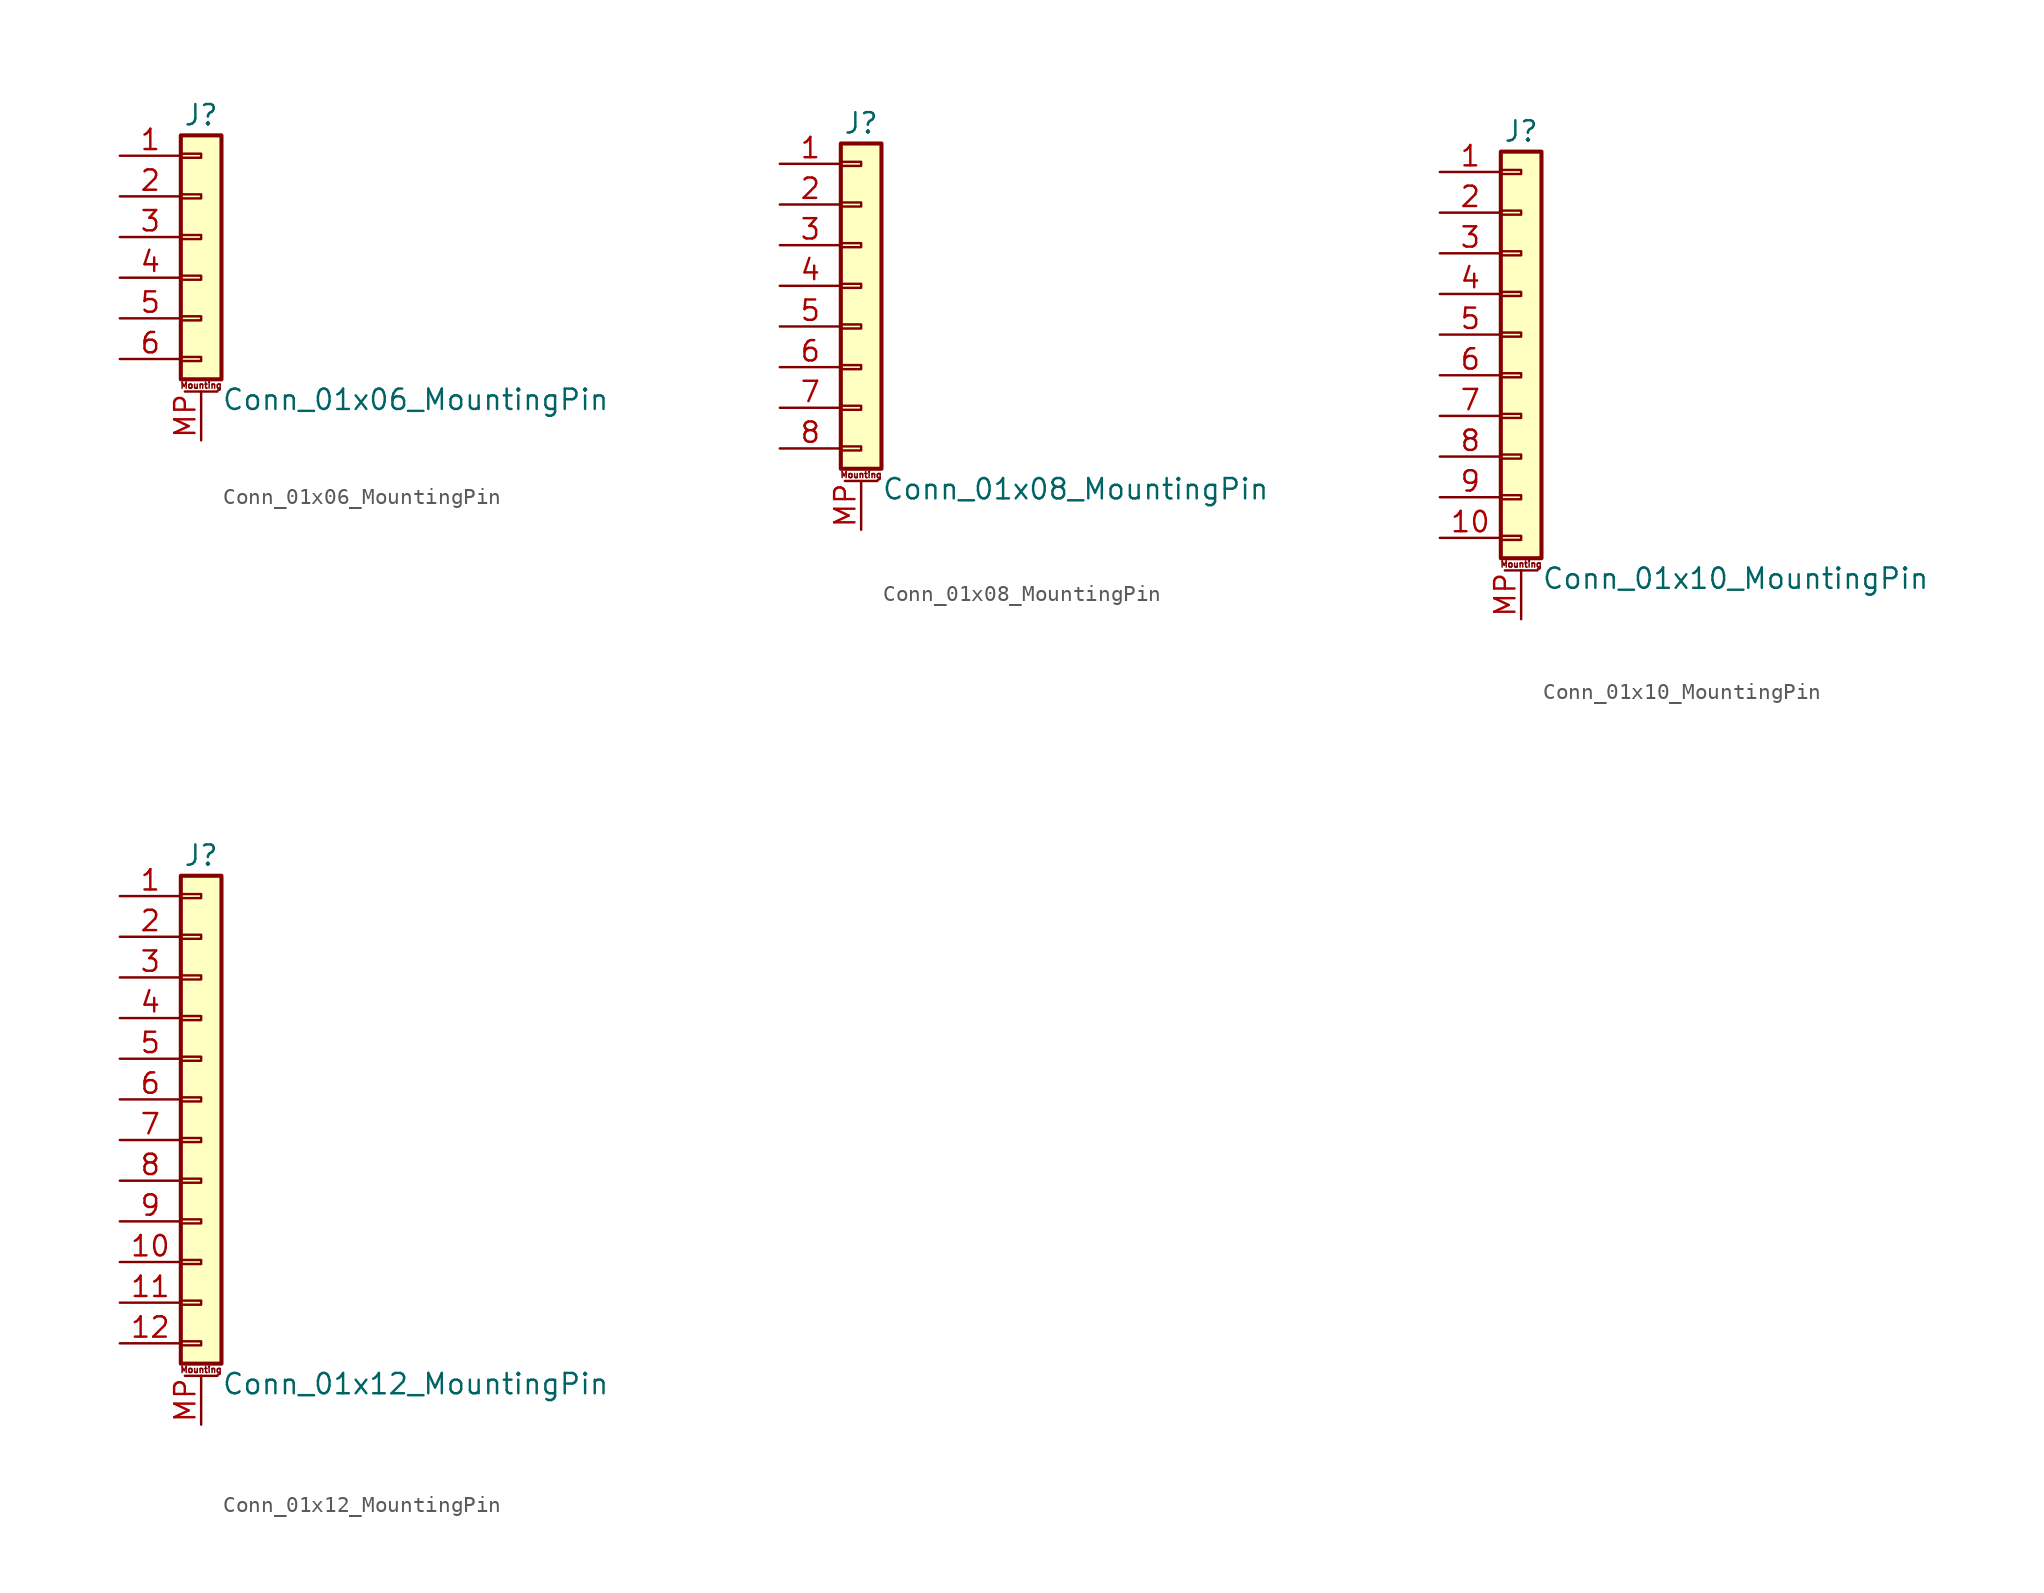
<source format=kicad_sym>
(kicad_symbol_lib
  (version 20220914)
  (generator kicad_symbol_editor)
  (symbol "Conn_01x06_MountingPin"
    (pin_names
      (offset 1.016) hide)
    (property "Reference" "J"
      (at 0 7.62 0)
      (effects (font (size 1.27 1.27))))
    (property "Value" "Conn_01x06_MountingPin"
      (at 1.27 -10.16 0)
      (effects (font (size 1.27 1.27)) (justify left)))
    (symbol "Conn_01x06_MountingPin_1_1"
      (rectangle (start -1.27 -7.493) (end 0 -7.747) (stroke (width 0.152) (type default)) (fill (type none)))
      (rectangle (start -1.27 -4.953) (end 0 -5.207) (stroke (width 0.152) (type default)) (fill (type none)))
      (rectangle (start -1.27 -2.413) (end 0 -2.667) (stroke (width 0.152) (type default)) (fill (type none)))
      (rectangle (start -1.27 0.127) (end 0 -0.127) (stroke (width 0.152) (type default)) (fill (type none)))
      (rectangle (start -1.27 2.667) (end 0 2.413) (stroke (width 0.152) (type default)) (fill (type none)))
      (rectangle (start -1.27 5.207) (end 0 4.953) (stroke (width 0.152) (type default)) (fill (type none)))
      (rectangle (start -1.27 6.35) (end 1.27 -8.89) (stroke (width 0.254) (type default)) (fill (type background)))
      (polyline (pts (xy -1.016 -9.652) (xy 1.016 -9.652)) (stroke (width 0.152) (type default)) (fill (type none)))
      (text "Mounting" (at 0 -9.271 0) (effects (font (size 0.381 0.381))))
      (pin passive line (at -5.08 5.08 0) (length 3.81) (name "Pin_1" (effects (font (size 1.27 1.27)))) (number "1" (effects (font (size 1.27 1.27)))))
      (pin passive line (at -5.08 2.54 0) (length 3.81) (name "Pin_2" (effects (font (size 1.27 1.27)))) (number "2" (effects (font (size 1.27 1.27)))))
      (pin passive line (at -5.08 0 0) (length 3.81) (name "Pin_3" (effects (font (size 1.27 1.27)))) (number "3" (effects (font (size 1.27 1.27)))))
      (pin passive line (at -5.08 -2.54 0) (length 3.81) (name "Pin_4" (effects (font (size 1.27 1.27)))) (number "4" (effects (font (size 1.27 1.27)))))
      (pin passive line (at -5.08 -5.08 0) (length 3.81) (name "Pin_5" (effects (font (size 1.27 1.27)))) (number "5" (effects (font (size 1.27 1.27)))))
      (pin passive line (at -5.08 -7.62 0) (length 3.81) (name "Pin_6" (effects (font (size 1.27 1.27)))) (number "6" (effects (font (size 1.27 1.27)))))
      (pin passive line (at 0 -12.7 90) (length 3.048) (name "MountPin" (effects (font (size 1.27 1.27)))) (number "MP" (effects (font (size 1.27 1.27)))))))
  (symbol "Conn_01x08_MountingPin"
    (pin_names
      (offset 1.016) hide)
    (property "Reference" "J"
      (at 0 10.16 0)
      (effects (font (size 1.27 1.27))))
    (property "Value" "Conn_01x08_MountingPin"
      (at 1.27 -12.7 0)
      (effects (font (size 1.27 1.27)) (justify left)))
    (symbol "Conn_01x08_MountingPin_1_1"
      (rectangle (start -1.27 -10.033) (end 0 -10.287) (stroke (width 0.152) (type default)) (fill (type none)))
      (rectangle (start -1.27 -7.493) (end 0 -7.747) (stroke (width 0.152) (type default)) (fill (type none)))
      (rectangle (start -1.27 -4.953) (end 0 -5.207) (stroke (width 0.152) (type default)) (fill (type none)))
      (rectangle (start -1.27 -2.413) (end 0 -2.667) (stroke (width 0.152) (type default)) (fill (type none)))
      (rectangle (start -1.27 0.127) (end 0 -0.127) (stroke (width 0.152) (type default)) (fill (type none)))
      (rectangle (start -1.27 2.667) (end 0 2.413) (stroke (width 0.152) (type default)) (fill (type none)))
      (rectangle (start -1.27 5.207) (end 0 4.953) (stroke (width 0.152) (type default)) (fill (type none)))
      (rectangle (start -1.27 7.747) (end 0 7.493) (stroke (width 0.152) (type default)) (fill (type none)))
      (rectangle (start -1.27 8.89) (end 1.27 -11.43) (stroke (width 0.254) (type default)) (fill (type background)))
      (polyline (pts (xy -1.016 -12.192) (xy 1.016 -12.192)) (stroke (width 0.152) (type default)) (fill (type none)))
      (text "Mounting" (at 0 -11.811 0) (effects (font (size 0.381 0.381))))
      (pin passive line (at -5.08 7.62 0) (length 3.81) (name "Pin_1" (effects (font (size 1.27 1.27)))) (number "1" (effects (font (size 1.27 1.27)))))
      (pin passive line (at -5.08 5.08 0) (length 3.81) (name "Pin_2" (effects (font (size 1.27 1.27)))) (number "2" (effects (font (size 1.27 1.27)))))
      (pin passive line (at -5.08 2.54 0) (length 3.81) (name "Pin_3" (effects (font (size 1.27 1.27)))) (number "3" (effects (font (size 1.27 1.27)))))
      (pin passive line (at -5.08 0 0) (length 3.81) (name "Pin_4" (effects (font (size 1.27 1.27)))) (number "4" (effects (font (size 1.27 1.27)))))
      (pin passive line (at -5.08 -2.54 0) (length 3.81) (name "Pin_5" (effects (font (size 1.27 1.27)))) (number "5" (effects (font (size 1.27 1.27)))))
      (pin passive line (at -5.08 -5.08 0) (length 3.81) (name "Pin_6" (effects (font (size 1.27 1.27)))) (number "6" (effects (font (size 1.27 1.27)))))
      (pin passive line (at -5.08 -7.62 0) (length 3.81) (name "Pin_7" (effects (font (size 1.27 1.27)))) (number "7" (effects (font (size 1.27 1.27)))))
      (pin passive line (at -5.08 -10.16 0) (length 3.81) (name "Pin_8" (effects (font (size 1.27 1.27)))) (number "8" (effects (font (size 1.27 1.27)))))
      (pin passive line (at 0 -15.24 90) (length 3.048) (name "MountPin" (effects (font (size 1.27 1.27)))) (number "MP" (effects (font (size 1.27 1.27)))))))
  (symbol "Conn_01x10_MountingPin"
    (pin_names
      (offset 1.016) hide)
    (property "Reference" "J"
      (at 0 12.7 0)
      (effects (font (size 1.27 1.27))))
    (property "Value" "Conn_01x10_MountingPin"
      (at 1.27 -15.24 0)
      (effects (font (size 1.27 1.27)) (justify left)))
    (symbol "Conn_01x10_MountingPin_1_1"
      (rectangle (start -1.27 -12.573) (end 0 -12.827) (stroke (width 0.152) (type default)) (fill (type none)))
      (rectangle (start -1.27 -10.033) (end 0 -10.287) (stroke (width 0.152) (type default)) (fill (type none)))
      (rectangle (start -1.27 -7.493) (end 0 -7.747) (stroke (width 0.152) (type default)) (fill (type none)))
      (rectangle (start -1.27 -4.953) (end 0 -5.207) (stroke (width 0.152) (type default)) (fill (type none)))
      (rectangle (start -1.27 -2.413) (end 0 -2.667) (stroke (width 0.152) (type default)) (fill (type none)))
      (rectangle (start -1.27 0.127) (end 0 -0.127) (stroke (width 0.152) (type default)) (fill (type none)))
      (rectangle (start -1.27 2.667) (end 0 2.413) (stroke (width 0.152) (type default)) (fill (type none)))
      (rectangle (start -1.27 5.207) (end 0 4.953) (stroke (width 0.152) (type default)) (fill (type none)))
      (rectangle (start -1.27 7.747) (end 0 7.493) (stroke (width 0.152) (type default)) (fill (type none)))
      (rectangle (start -1.27 10.287) (end 0 10.033) (stroke (width 0.152) (type default)) (fill (type none)))
      (rectangle (start -1.27 11.43) (end 1.27 -13.97) (stroke (width 0.254) (type default)) (fill (type background)))
      (polyline (pts (xy -1.016 -14.732) (xy 1.016 -14.732)) (stroke (width 0.152) (type default)) (fill (type none)))
      (text "Mounting" (at 0 -14.351 0) (effects (font (size 0.381 0.381))))
      (pin passive line (at -5.08 10.16 0) (length 3.81) (name "Pin_1" (effects (font (size 1.27 1.27)))) (number "1" (effects (font (size 1.27 1.27)))))
      (pin passive line (at -5.08 -12.7 0) (length 3.81) (name "Pin_10" (effects (font (size 1.27 1.27)))) (number "10" (effects (font (size 1.27 1.27)))))
      (pin passive line (at -5.08 7.62 0) (length 3.81) (name "Pin_2" (effects (font (size 1.27 1.27)))) (number "2" (effects (font (size 1.27 1.27)))))
      (pin passive line (at -5.08 5.08 0) (length 3.81) (name "Pin_3" (effects (font (size 1.27 1.27)))) (number "3" (effects (font (size 1.27 1.27)))))
      (pin passive line (at -5.08 2.54 0) (length 3.81) (name "Pin_4" (effects (font (size 1.27 1.27)))) (number "4" (effects (font (size 1.27 1.27)))))
      (pin passive line (at -5.08 0 0) (length 3.81) (name "Pin_5" (effects (font (size 1.27 1.27)))) (number "5" (effects (font (size 1.27 1.27)))))
      (pin passive line (at -5.08 -2.54 0) (length 3.81) (name "Pin_6" (effects (font (size 1.27 1.27)))) (number "6" (effects (font (size 1.27 1.27)))))
      (pin passive line (at -5.08 -5.08 0) (length 3.81) (name "Pin_7" (effects (font (size 1.27 1.27)))) (number "7" (effects (font (size 1.27 1.27)))))
      (pin passive line (at -5.08 -7.62 0) (length 3.81) (name "Pin_8" (effects (font (size 1.27 1.27)))) (number "8" (effects (font (size 1.27 1.27)))))
      (pin passive line (at -5.08 -10.16 0) (length 3.81) (name "Pin_9" (effects (font (size 1.27 1.27)))) (number "9" (effects (font (size 1.27 1.27)))))
      (pin passive line (at 0 -17.78 90) (length 3.048) (name "MountPin" (effects (font (size 1.27 1.27)))) (number "MP" (effects (font (size 1.27 1.27)))))))
  (symbol "Conn_01x12_MountingPin"
    (pin_names
      (offset 1.016) hide)
    (property "Reference" "J"
      (at 0 15.24 0)
      (effects (font (size 1.27 1.27))))
    (property "Value" "Conn_01x12_MountingPin"
      (at 1.27 -17.78 0)
      (effects (font (size 1.27 1.27)) (justify left)))
    (symbol "Conn_01x12_MountingPin_1_1"
      (rectangle (start -1.27 -15.113) (end 0 -15.367) (stroke (width 0.152) (type default)) (fill (type none)))
      (rectangle (start -1.27 -12.573) (end 0 -12.827) (stroke (width 0.152) (type default)) (fill (type none)))
      (rectangle (start -1.27 -10.033) (end 0 -10.287) (stroke (width 0.152) (type default)) (fill (type none)))
      (rectangle (start -1.27 -7.493) (end 0 -7.747) (stroke (width 0.152) (type default)) (fill (type none)))
      (rectangle (start -1.27 -4.953) (end 0 -5.207) (stroke (width 0.152) (type default)) (fill (type none)))
      (rectangle (start -1.27 -2.413) (end 0 -2.667) (stroke (width 0.152) (type default)) (fill (type none)))
      (rectangle (start -1.27 0.127) (end 0 -0.127) (stroke (width 0.152) (type default)) (fill (type none)))
      (rectangle (start -1.27 2.667) (end 0 2.413) (stroke (width 0.152) (type default)) (fill (type none)))
      (rectangle (start -1.27 5.207) (end 0 4.953) (stroke (width 0.152) (type default)) (fill (type none)))
      (rectangle (start -1.27 7.747) (end 0 7.493) (stroke (width 0.152) (type default)) (fill (type none)))
      (rectangle (start -1.27 10.287) (end 0 10.033) (stroke (width 0.152) (type default)) (fill (type none)))
      (rectangle (start -1.27 12.827) (end 0 12.573) (stroke (width 0.152) (type default)) (fill (type none)))
      (rectangle (start -1.27 13.97) (end 1.27 -16.51) (stroke (width 0.254) (type default)) (fill (type background)))
      (polyline (pts (xy -1.016 -17.272) (xy 1.016 -17.272)) (stroke (width 0.152) (type default)) (fill (type none)))
      (text "Mounting" (at 0 -16.891 0) (effects (font (size 0.381 0.381))))
      (pin passive line (at -5.08 12.7 0) (length 3.81) (name "Pin_1" (effects (font (size 1.27 1.27)))) (number "1" (effects (font (size 1.27 1.27)))))
      (pin passive line (at -5.08 -10.16 0) (length 3.81) (name "Pin_10" (effects (font (size 1.27 1.27)))) (number "10" (effects (font (size 1.27 1.27)))))
      (pin passive line (at -5.08 -12.7 0) (length 3.81) (name "Pin_11" (effects (font (size 1.27 1.27)))) (number "11" (effects (font (size 1.27 1.27)))))
      (pin passive line (at -5.08 -15.24 0) (length 3.81) (name "Pin_12" (effects (font (size 1.27 1.27)))) (number "12" (effects (font (size 1.27 1.27)))))
      (pin passive line (at -5.08 10.16 0) (length 3.81) (name "Pin_2" (effects (font (size 1.27 1.27)))) (number "2" (effects (font (size 1.27 1.27)))))
      (pin passive line (at -5.08 7.62 0) (length 3.81) (name "Pin_3" (effects (font (size 1.27 1.27)))) (number "3" (effects (font (size 1.27 1.27)))))
      (pin passive line (at -5.08 5.08 0) (length 3.81) (name "Pin_4" (effects (font (size 1.27 1.27)))) (number "4" (effects (font (size 1.27 1.27)))))
      (pin passive line (at -5.08 2.54 0) (length 3.81) (name "Pin_5" (effects (font (size 1.27 1.27)))) (number "5" (effects (font (size 1.27 1.27)))))
      (pin passive line (at -5.08 0 0) (length 3.81) (name "Pin_6" (effects (font (size 1.27 1.27)))) (number "6" (effects (font (size 1.27 1.27)))))
      (pin passive line (at -5.08 -2.54 0) (length 3.81) (name "Pin_7" (effects (font (size 1.27 1.27)))) (number "7" (effects (font (size 1.27 1.27)))))
      (pin passive line (at -5.08 -5.08 0) (length 3.81) (name "Pin_8" (effects (font (size 1.27 1.27)))) (number "8" (effects (font (size 1.27 1.27)))))
      (pin passive line (at -5.08 -7.62 0) (length 3.81) (name "Pin_9" (effects (font (size 1.27 1.27)))) (number "9" (effects (font (size 1.27 1.27)))))
      (pin passive line (at 0 -20.32 90) (length 3.048) (name "MountPin" (effects (font (size 1.27 1.27)))) (number "MP" (effects (font (size 1.27 1.27))))))))
</source>
